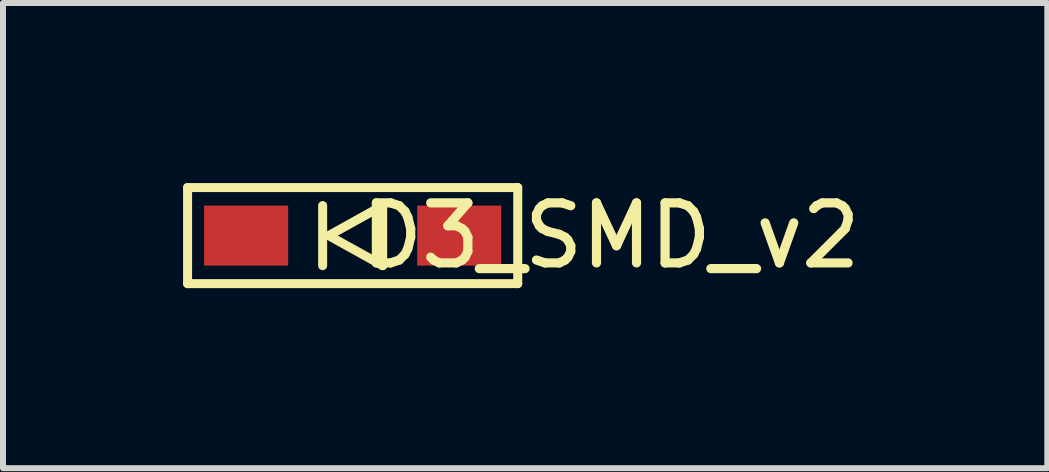
<source format=kicad_pcb>
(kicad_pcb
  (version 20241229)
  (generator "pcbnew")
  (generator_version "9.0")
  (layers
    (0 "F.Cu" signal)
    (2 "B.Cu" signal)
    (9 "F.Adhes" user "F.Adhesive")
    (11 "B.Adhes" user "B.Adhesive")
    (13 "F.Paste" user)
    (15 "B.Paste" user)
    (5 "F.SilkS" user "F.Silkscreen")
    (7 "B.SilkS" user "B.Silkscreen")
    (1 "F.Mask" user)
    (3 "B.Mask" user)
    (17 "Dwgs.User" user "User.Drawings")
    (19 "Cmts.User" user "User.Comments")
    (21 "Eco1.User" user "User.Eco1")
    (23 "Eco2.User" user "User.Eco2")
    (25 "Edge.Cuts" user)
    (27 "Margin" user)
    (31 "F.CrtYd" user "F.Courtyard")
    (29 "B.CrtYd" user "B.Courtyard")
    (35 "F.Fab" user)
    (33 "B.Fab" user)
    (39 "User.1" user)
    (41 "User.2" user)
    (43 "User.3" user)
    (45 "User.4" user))
  (footprint "D3_SMD_v2"
    (layer "F.Cu")
    (at 2.825 0.875)
    (property "Reference" "D3_SMD_v2" (at 4.3 0 0) (layer "F.SilkS") (effects (font (size 1 1) (thickness 0.153) (bold yes))))
    (attr smd)
    (fp_line (start -2.75 -0.8) (end -2.75 0.8) (stroke (width 0.15) (type solid)) (layer "F.SilkS"))
    (fp_line (start -2.75 0.8) (end 2.75 0.8) (stroke (width 0.15) (type solid)) (layer "F.SilkS"))
    (fp_line (start -0.5 -0.5) (end -0.5 0.5) (stroke (width 0.15) (type solid)) (layer "F.SilkS"))
    (fp_line (start -0.4 0) (end 0.5 -0.5) (stroke (width 0.15) (type solid)) (layer "F.SilkS"))
    (fp_line (start 0.5 -0.5) (end 0.5 0.5) (stroke (width 0.15) (type solid)) (layer "F.SilkS"))
    (fp_line (start 0.5 0.5) (end -0.4 0) (stroke (width 0.15) (type solid)) (layer "F.SilkS"))
    (fp_line (start 2.75 -0.8) (end -2.75 -0.8) (stroke (width 0.15) (type solid)) (layer "F.SilkS"))
    (fp_line (start 2.75 -0.8) (end 2.75 0.8) (stroke (width 0.15) (type solid)) (layer "F.SilkS"))
    (pad "1" smd rect (at -1.775 0) (size 1.4 1) (layers "F.Cu" "F.Mask" "F.Paste"))
    (pad "2" smd rect (at 1.775 0) (size 1.4 1) (layers "F.Cu" "F.Mask" "F.Paste")))
  (gr_rect
    (start -3 -3)
    (end 14.397 4.75)
    (stroke (width 0.1) (type default))
    (fill no)
    (layer "Edge.Cuts")))
</source>
